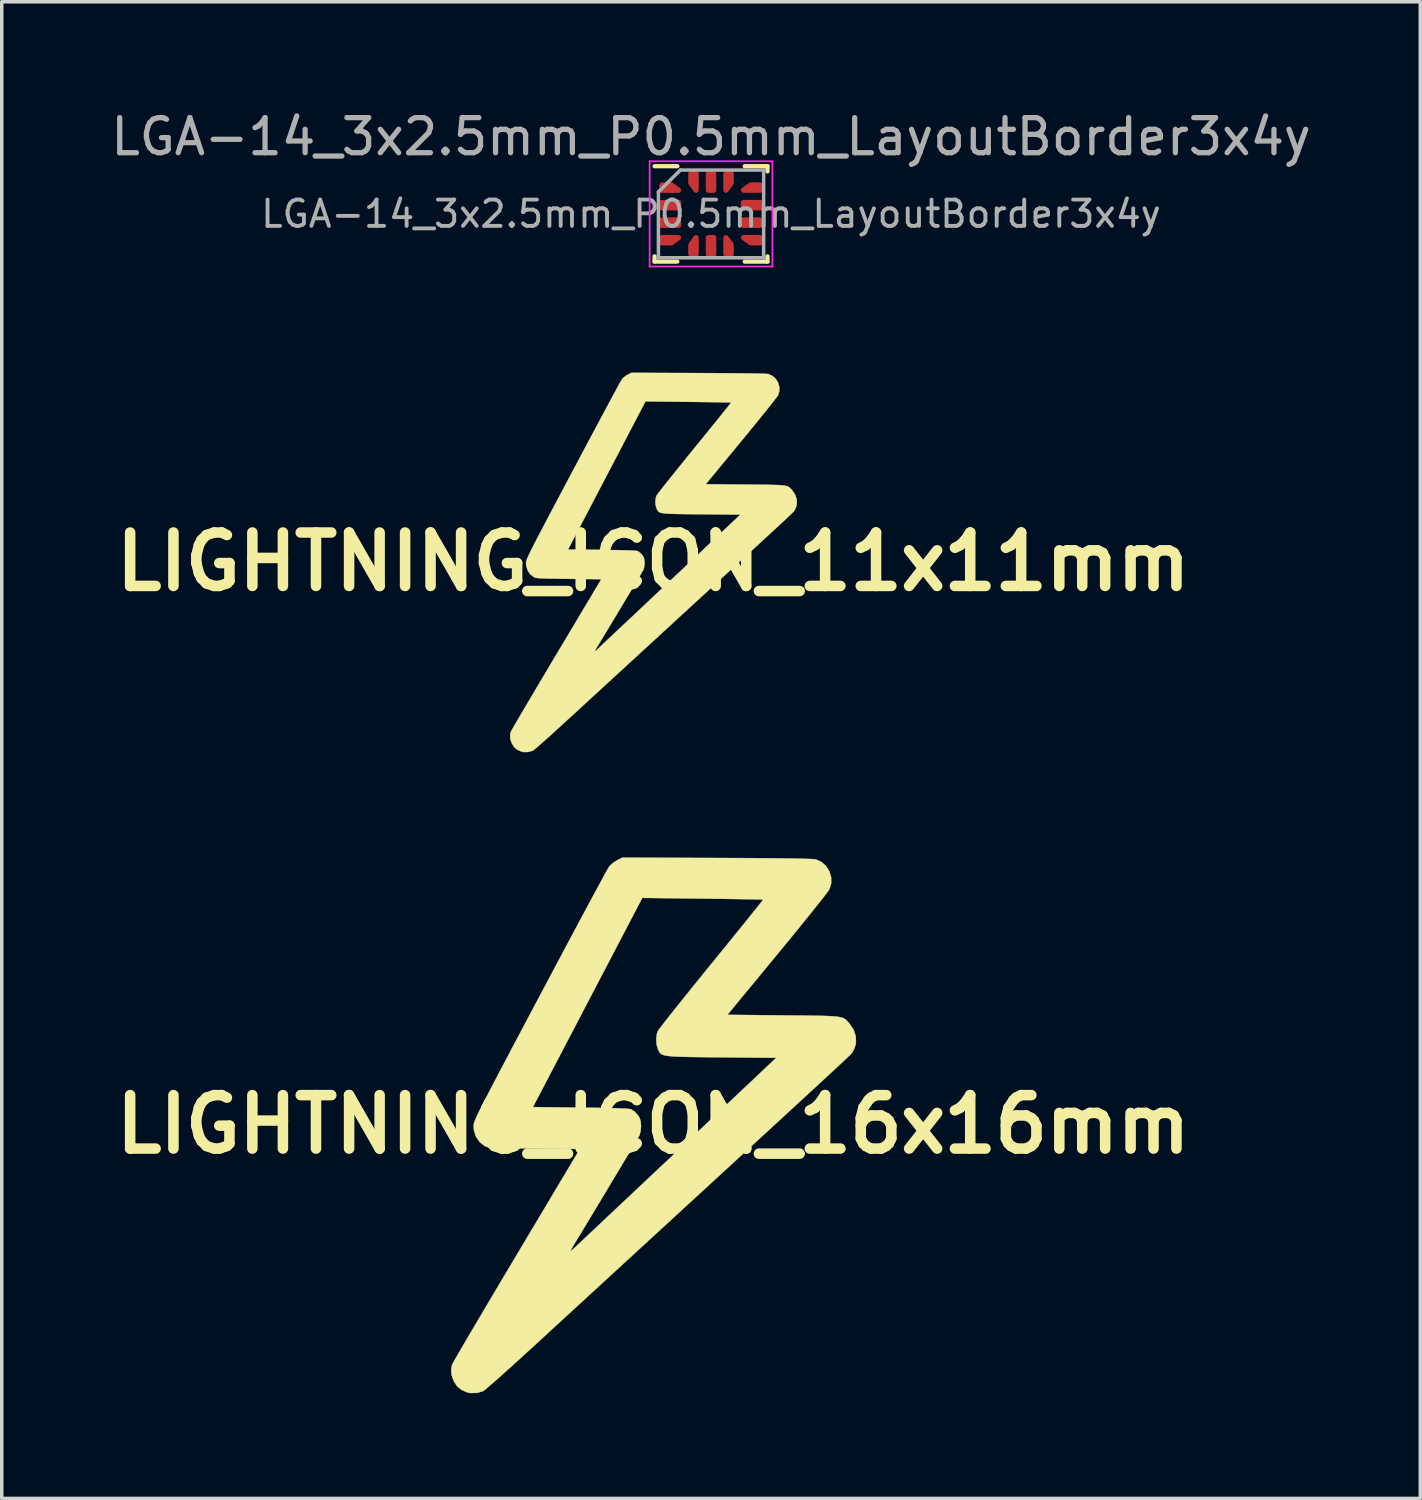
<source format=kicad_pcb>
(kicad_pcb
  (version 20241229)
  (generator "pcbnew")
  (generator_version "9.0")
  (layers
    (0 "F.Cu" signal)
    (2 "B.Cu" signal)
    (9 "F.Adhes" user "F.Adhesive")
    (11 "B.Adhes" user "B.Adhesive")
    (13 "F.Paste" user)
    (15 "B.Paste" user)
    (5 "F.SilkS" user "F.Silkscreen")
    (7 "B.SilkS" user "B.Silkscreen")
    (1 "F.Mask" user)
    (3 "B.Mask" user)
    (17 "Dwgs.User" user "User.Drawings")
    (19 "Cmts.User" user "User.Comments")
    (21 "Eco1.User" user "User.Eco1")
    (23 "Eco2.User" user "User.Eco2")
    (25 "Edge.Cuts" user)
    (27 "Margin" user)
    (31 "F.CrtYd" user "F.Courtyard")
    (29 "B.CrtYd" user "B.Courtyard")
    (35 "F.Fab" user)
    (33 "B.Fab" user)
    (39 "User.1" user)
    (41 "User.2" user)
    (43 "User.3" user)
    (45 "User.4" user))
  (footprint "LGA-14_3x2.5mm_P0.5mm_LayoutBorder3x4y"
    (layer "F.Cu")
    (at 17.22 3.048)
    (property "Reference" "LGA-14_3x2.5mm_P0.5mm_LayoutBorder3x4y" (at 0 -2.2 0) (layer "F.Fab") (effects (font (size 1 1) (thickness 0.15))))
    (attr smd)
    (fp_line (start -1.61 1.36) (end -1.61 1.21) (stroke (width 0.12) (type solid)) (layer "F.SilkS"))
    (fp_line (start -0.96 -1.36) (end -1.61 -1.36) (stroke (width 0.12) (type solid)) (layer "F.SilkS"))
    (fp_line (start -0.96 1.36) (end -1.61 1.36) (stroke (width 0.12) (type solid)) (layer "F.SilkS"))
    (fp_line (start 0.96 -1.36) (end 1.61 -1.36) (stroke (width 0.12) (type solid)) (layer "F.SilkS"))
    (fp_line (start 0.96 1.36) (end 1.61 1.36) (stroke (width 0.12) (type solid)) (layer "F.SilkS"))
    (fp_line (start 1.61 -1.36) (end 1.61 -1.21) (stroke (width 0.12) (type solid)) (layer "F.SilkS"))
    (fp_line (start 1.61 1.36) (end 1.61 1.21) (stroke (width 0.12) (type solid)) (layer "F.SilkS"))
    (fp_line (start -1.75 -1.5) (end -1.75 1.5) (stroke (width 0.05) (type solid)) (layer "F.CrtYd"))
    (fp_line (start -1.75 1.5) (end 1.75 1.5) (stroke (width 0.05) (type solid)) (layer "F.CrtYd"))
    (fp_line (start 1.75 -1.5) (end -1.75 -1.5) (stroke (width 0.05) (type solid)) (layer "F.CrtYd"))
    (fp_line (start 1.75 1.5) (end 1.75 -1.5) (stroke (width 0.05) (type solid)) (layer "F.CrtYd"))
    (fp_line (start -1.5 -0.625) (end -0.875 -1.25) (stroke (width 0.1) (type solid)) (layer "F.Fab"))
    (fp_line (start -1.5 1.25) (end -1.5 -0.625) (stroke (width 0.1) (type solid)) (layer "F.Fab"))
    (fp_line (start -0.875 -1.25) (end 1.5 -1.25) (stroke (width 0.1) (type solid)) (layer "F.Fab"))
    (fp_line (start 1.5 -1.25) (end 1.5 1.25) (stroke (width 0.1) (type solid)) (layer "F.Fab"))
    (fp_line (start 1.5 1.25) (end -1.5 1.25) (stroke (width 0.1) (type solid)) (layer "F.Fab"))
    (fp_text user "${REFERENCE}" (at 0 0 0) (layer "F.Fab") (effects (font (size 0.75 0.75) (thickness 0.11))))
    (pad "1" smd custom (at -1.163 -0.75) (size 0.223 0.223) (layers "F.Cu" "F.Mask" "F.Paste") (options (anchor circle)) (primitives (gr_poly (pts (xy -0.237 -0.075) (xy 0.031 -0.075) (xy 0.237 0.075) (xy -0.237 0.075)) (width 0.15) (fill yes))))
    (pad "2" smd roundrect (at -1.163 -0.25) (size 0.625 0.3) (layers "F.Cu" "F.Mask" "F.Paste") (roundrect_rratio 0.25))
    (pad "3" smd roundrect (at -1.163 0.25) (size 0.625 0.3) (layers "F.Cu" "F.Mask" "F.Paste") (roundrect_rratio 0.25))
    (pad "4" smd custom (at -1.163 0.75) (size 0.223 0.223) (layers "F.Cu" "F.Mask" "F.Paste") (options (anchor circle)) (primitives (gr_poly (pts (xy -0.237 -0.075) (xy 0.237 -0.075) (xy 0.031 0.075) (xy -0.237 0.075)) (width 0.15) (fill yes))))
    (pad "5" smd custom (at -0.5 0.912) (size 0.223 0.223) (layers "F.Cu" "F.Mask" "F.Paste") (options (anchor circle)) (primitives (gr_poly (pts (xy -0.075 -0.031) (xy 0.075 -0.237) (xy 0.075 0.237) (xy -0.075 0.237)) (width 0.15) (fill yes))))
    (pad "6" smd roundrect (at 0 0.912) (size 0.3 0.625) (layers "F.Cu" "F.Mask" "F.Paste") (roundrect_rratio 0.25))
    (pad "7" smd custom (at 0.5 0.912) (size 0.223 0.223) (layers "F.Cu" "F.Mask" "F.Paste") (options (anchor circle)) (primitives (gr_poly (pts (xy -0.075 -0.237) (xy 0.075 -0.031) (xy 0.075 0.237) (xy -0.075 0.237)) (width 0.15) (fill yes))))
    (pad "8" smd custom (at 1.163 0.75) (size 0.223 0.223) (layers "F.Cu" "F.Mask" "F.Paste") (options (anchor circle)) (primitives (gr_poly (pts (xy -0.237 -0.075) (xy 0.237 -0.075) (xy 0.237 0.075) (xy -0.031 0.075) (xy -0.237 -0.074)) (width 0.15) (fill yes))))
    (pad "9" smd roundrect (at 1.163 0.25) (size 0.625 0.3) (layers "F.Cu" "F.Mask" "F.Paste") (roundrect_rratio 0.25))
    (pad "10" smd roundrect (at 1.163 -0.25) (size 0.625 0.3) (layers "F.Cu" "F.Mask" "F.Paste") (roundrect_rratio 0.25))
    (pad "11" smd custom (at 1.163 -0.75) (size 0.223 0.223) (layers "F.Cu" "F.Mask" "F.Paste") (options (anchor circle)) (primitives (gr_poly (pts (xy -0.237 0.074) (xy -0.031 -0.075) (xy 0.237 -0.075) (xy 0.237 0.075) (xy -0.237 0.075)) (width 0.15) (fill yes))))
    (pad "12" smd custom (at 0.5 -0.912) (size 0.223 0.223) (layers "F.Cu" "F.Mask" "F.Paste") (options (anchor circle)) (primitives (gr_poly (pts (xy -0.075 -0.237) (xy 0.075 -0.237) (xy 0.075 0.031) (xy -0.075 0.237)) (width 0.15) (fill yes))))
    (pad "13" smd roundrect (at 0 -0.912) (size 0.3 0.625) (layers "F.Cu" "F.Mask" "F.Paste") (roundrect_rratio 0.25))
    (pad "14" smd custom (at -0.5 -0.912) (size 0.223 0.223) (layers "F.Cu" "F.Mask" "F.Paste") (options (anchor circle)) (primitives (gr_poly (pts (xy -0.075 -0.237) (xy 0.075 -0.237) (xy 0.075 0.237) (xy -0.075 0.031)) (width 0.15) (fill yes)))))
  (footprint "LIGHTNING_ICON_16x16mm"
    (layer "F.Cu")
    (at 15.574 29.004)
    (property "Reference" "LIGHTNING_ICON_16x16mm" (at 0 0 0) (layer "F.SilkS") (effects (font (size 1.524 1.524) (thickness 0.3))))
    (attr through_hole)
    (fp_poly (pts (xy 1.823 -7.595) (xy 2.373 -7.593) (xy 2.864 -7.59) (xy 3.295 -7.587) (xy 3.666 -7.583) (xy 3.978 -7.579) (xy 4.23 -7.574) (xy 4.422 -7.568) (xy 4.554 -7.562) (xy 4.627 -7.556) (xy 4.638 -7.554) (xy 4.8 -7.478) (xy 4.929 -7.36) (xy 5.021 -7.212) (xy 5.07 -7.045) (xy 5.071 -6.869) (xy 5.024 -6.709) (xy 4.997 -6.667) (xy 4.934 -6.582) (xy 4.84 -6.46) (xy 4.716 -6.303) (xy 4.567 -6.116) (xy 4.395 -5.902) (xy 4.204 -5.666) (xy 3.996 -5.41) (xy 3.775 -5.14) (xy 3.543 -4.859) (xy 3.541 -4.856) (xy 2.112 -3.123) (xy 3.708 -3.108) (xy 4.069 -3.104) (xy 4.374 -3.102) (xy 4.63 -3.098) (xy 4.842 -3.094) (xy 5.013 -3.088) (xy 5.151 -3.08) (xy 5.258 -3.068) (xy 5.342 -3.053) (xy 5.406 -3.034) (xy 5.455 -3.01) (xy 5.495 -2.981) (xy 5.531 -2.945) (xy 5.568 -2.902) (xy 5.601 -2.863) (xy 5.712 -2.694) (xy 5.772 -2.513) (xy 5.778 -2.329) (xy 5.766 -2.268) (xy 5.729 -2.158) (xy 5.675 -2.057) (xy 5.652 -2.025) (xy 5.64 -2.012) (xy 5.622 -1.992) (xy 5.595 -1.965) (xy 5.558 -1.93) (xy 5.509 -1.883) (xy 5.447 -1.825) (xy 5.371 -1.754) (xy 5.279 -1.667) (xy 5.168 -1.565) (xy 5.038 -1.445) (xy 4.888 -1.305) (xy 4.714 -1.145) (xy 4.517 -0.963) (xy 4.293 -0.757) (xy 4.043 -0.526) (xy 3.763 -0.269) (xy 3.454 0.016) (xy 3.112 0.33) (xy 2.736 0.675) (xy 2.325 1.053) (xy 1.878 1.464) (xy 1.392 1.91) (xy 0.866 2.393) (xy 0.299 2.915) (xy -0.06 3.244) (xy -0.394 3.551) (xy -0.745 3.874) (xy -1.106 4.205) (xy -1.471 4.54) (xy -1.832 4.872) (xy -2.183 5.195) (xy -2.519 5.503) (xy -2.831 5.79) (xy -3.115 6.051) (xy -3.362 6.278) (xy -3.422 6.333) (xy -3.663 6.554) (xy -3.893 6.764) (xy -4.109 6.958) (xy -4.305 7.134) (xy -4.478 7.288) (xy -4.624 7.415) (xy -4.738 7.513) (xy -4.816 7.578) (xy -4.855 7.606) (xy -4.856 7.606) (xy -5.033 7.655) (xy -5.211 7.658) (xy -5.309 7.638) (xy -5.475 7.564) (xy -5.6 7.456) (xy -5.69 7.315) (xy -5.754 7.134) (xy -5.761 6.96) (xy -5.734 6.847) (xy -5.715 6.809) (xy -5.667 6.723) (xy -5.592 6.593) (xy -5.492 6.422) (xy -5.369 6.212) (xy -5.226 5.967) (xy -5.063 5.691) (xy -4.883 5.387) (xy -4.688 5.057) (xy -4.48 4.707) (xy -4.261 4.337) (xy -4.032 3.953) (xy -3.897 3.727) (xy -2.093 0.702) (xy -3.4 0.687) (xy -3.719 0.683) (xy -3.983 0.68) (xy -4.199 0.676) (xy -4.372 0.671) (xy -4.506 0.666) (xy -4.608 0.66) (xy -4.683 0.653) (xy -4.736 0.644) (xy -4.773 0.633) (xy -4.796 0.623) (xy -4.945 0.508) (xy -5.053 0.355) (xy -5.112 0.175) (xy -5.123 0.06) (xy -5.122 0.035) (xy -5.12 0.009) (xy -5.114 -0.021) (xy -5.103 -0.058) (xy -5.086 -0.106) (xy -5.061 -0.165) (xy -5.027 -0.241) (xy -4.983 -0.334) (xy -4.927 -0.448) (xy -4.904 -0.493) (xy -3.432 -0.493) (xy -2.067 -0.478) (xy -1.692 -0.473) (xy -1.375 -0.468) (xy -1.115 -0.462) (xy -0.912 -0.454) (xy -0.763 -0.447) (xy -0.668 -0.438) (xy -0.628 -0.429) (xy -0.524 -0.357) (xy -0.428 -0.247) (xy -0.387 -0.179) (xy -0.358 -0.078) (xy -0.35 0.053) (xy -0.361 0.19) (xy -0.393 0.306) (xy -0.403 0.328) (xy -0.426 0.369) (xy -0.477 0.456) (xy -0.553 0.583) (xy -0.648 0.744) (xy -0.762 0.934) (xy -0.889 1.147) (xy -1.027 1.378) (xy -1.173 1.621) (xy -1.322 1.869) (xy -1.472 2.119) (xy -1.619 2.363) (xy -1.76 2.597) (xy -1.891 2.815) (xy -2.009 3.011) (xy -2.112 3.18) (xy -2.194 3.316) (xy -2.236 3.385) (xy -2.295 3.482) (xy -2.338 3.559) (xy -2.36 3.603) (xy -2.361 3.607) (xy -2.342 3.601) (xy -2.292 3.561) (xy -2.249 3.522) (xy -2.211 3.487) (xy -2.133 3.413) (xy -2.018 3.305) (xy -1.869 3.165) (xy -1.689 2.995) (xy -1.482 2.8) (xy -1.25 2.581) (xy -0.997 2.343) (xy -0.725 2.088) (xy -0.439 1.818) (xy -0.141 1.537) (xy -0.03 1.433) (xy 0.288 1.133) (xy 0.608 0.833) (xy 0.923 0.536) (xy 1.231 0.246) (xy 1.527 -0.033) (xy 1.806 -0.295) (xy 2.063 -0.538) (xy 2.295 -0.756) (xy 2.497 -0.946) (xy 2.663 -1.104) (xy 2.791 -1.224) (xy 3.504 -1.898) (xy 1.939 -1.912) (xy 1.577 -1.916) (xy 1.271 -1.919) (xy 1.014 -1.923) (xy 0.803 -1.928) (xy 0.632 -1.934) (xy 0.497 -1.943) (xy 0.393 -1.955) (xy 0.314 -1.97) (xy 0.257 -1.989) (xy 0.217 -2.014) (xy 0.187 -2.043) (xy 0.165 -2.078) (xy 0.144 -2.12) (xy 0.134 -2.141) (xy 0.094 -2.279) (xy 0.084 -2.437) (xy 0.104 -2.588) (xy 0.13 -2.661) (xy 0.157 -2.7) (xy 0.218 -2.782) (xy 0.311 -2.902) (xy 0.433 -3.057) (xy 0.581 -3.244) (xy 0.752 -3.458) (xy 0.943 -3.695) (xy 1.15 -3.953) (xy 1.372 -4.227) (xy 1.604 -4.513) (xy 1.661 -4.582) (xy 1.893 -4.868) (xy 2.115 -5.14) (xy 2.321 -5.396) (xy 2.511 -5.63) (xy 2.681 -5.84) (xy 2.828 -6.023) (xy 2.949 -6.174) (xy 3.042 -6.291) (xy 3.104 -6.37) (xy 3.131 -6.406) (xy 3.132 -6.409) (xy 3.101 -6.411) (xy 3.016 -6.413) (xy 2.882 -6.416) (xy 2.704 -6.419) (xy 2.487 -6.422) (xy 2.237 -6.426) (xy 1.959 -6.43) (xy 1.659 -6.434) (xy 1.404 -6.437) (xy -0.314 -6.457) (xy -1.873 -3.475) (xy -3.432 -0.493) (xy -4.904 -0.493) (xy -4.857 -0.585) (xy -4.774 -0.749) (xy -4.674 -0.942) (xy -4.557 -1.167) (xy -4.421 -1.426) (xy -4.264 -1.722) (xy -4.087 -2.059) (xy -3.886 -2.438) (xy -3.661 -2.863) (xy -3.411 -3.335) (xy -3.23 -3.676) (xy -3.001 -4.107) (xy -2.779 -4.526) (xy -2.565 -4.928) (xy -2.361 -5.31) (xy -2.169 -5.669) (xy -1.991 -6.003) (xy -1.828 -6.307) (xy -1.681 -6.578) (xy -1.554 -6.814) (xy -1.447 -7.011) (xy -1.362 -7.167) (xy -1.3 -7.277) (xy -1.265 -7.339) (xy -1.257 -7.351) (xy -1.182 -7.427) (xy -1.081 -7.501) (xy -1.029 -7.53) (xy -0.882 -7.605) (xy 1.823 -7.595)) (stroke (width 0.01) (type solid)) (fill yes) (layer "F.SilkS")))
  (footprint "LIGHTNING_ICON_11x11mm"
    (layer "F.Cu")
    (at 15.574 12.965)
    (property "Reference" "LIGHTNING_ICON_11x11mm" (at 0 0 0) (layer "F.SilkS") (effects (font (size 1.524 1.524) (thickness 0.3))))
    (attr through_hole)
    (fp_poly (pts (xy 1.291 -5.38) (xy 1.681 -5.378) (xy 2.029 -5.376) (xy 2.334 -5.374) (xy 2.597 -5.371) (xy 2.818 -5.368) (xy 2.996 -5.365) (xy 3.132 -5.361) (xy 3.226 -5.357) (xy 3.277 -5.352) (xy 3.285 -5.351) (xy 3.4 -5.297) (xy 3.492 -5.214) (xy 3.557 -5.109) (xy 3.591 -4.99) (xy 3.592 -4.866) (xy 3.559 -4.752) (xy 3.539 -4.722) (xy 3.495 -4.663) (xy 3.428 -4.576) (xy 3.341 -4.465) (xy 3.235 -4.332) (xy 3.113 -4.181) (xy 2.978 -4.013) (xy 2.83 -3.832) (xy 2.674 -3.641) (xy 2.51 -3.442) (xy 2.508 -3.44) (xy 1.496 -2.212) (xy 2.627 -2.201) (xy 2.882 -2.199) (xy 3.098 -2.197) (xy 3.28 -2.195) (xy 3.429 -2.191) (xy 3.551 -2.187) (xy 3.648 -2.181) (xy 3.725 -2.173) (xy 3.784 -2.163) (xy 3.829 -2.149) (xy 3.864 -2.132) (xy 3.892 -2.111) (xy 3.918 -2.086) (xy 3.944 -2.056) (xy 3.967 -2.028) (xy 4.046 -1.908) (xy 4.089 -1.78) (xy 4.092 -1.65) (xy 4.085 -1.606) (xy 4.058 -1.529) (xy 4.02 -1.457) (xy 4.004 -1.434) (xy 3.995 -1.425) (xy 3.982 -1.411) (xy 3.963 -1.392) (xy 3.937 -1.367) (xy 3.902 -1.334) (xy 3.859 -1.293) (xy 3.805 -1.242) (xy 3.739 -1.181) (xy 3.661 -1.108) (xy 3.569 -1.023) (xy 3.462 -0.924) (xy 3.339 -0.811) (xy 3.199 -0.682) (xy 3.041 -0.536) (xy 2.864 -0.373) (xy 2.666 -0.191) (xy 2.446 0.011) (xy 2.204 0.234) (xy 1.938 0.478) (xy 1.647 0.746) (xy 1.33 1.037) (xy 0.986 1.353) (xy 0.613 1.695) (xy 0.212 2.065) (xy -0.042 2.298) (xy -0.279 2.515) (xy -0.528 2.744) (xy -0.784 2.979) (xy -1.042 3.216) (xy -1.298 3.451) (xy -1.547 3.68) (xy -1.784 3.898) (xy -2.006 4.101) (xy -2.206 4.286) (xy -2.382 4.447) (xy -2.424 4.486) (xy -2.595 4.642) (xy -2.758 4.791) (xy -2.91 4.929) (xy -3.049 5.053) (xy -3.172 5.162) (xy -3.275 5.252) (xy -3.356 5.322) (xy -3.412 5.368) (xy -3.439 5.387) (xy -3.44 5.387) (xy -3.565 5.422) (xy -3.691 5.425) (xy -3.76 5.41) (xy -3.878 5.358) (xy -3.966 5.281) (xy -4.03 5.182) (xy -4.076 5.053) (xy -4.081 4.93) (xy -4.062 4.85) (xy -4.048 4.823) (xy -4.014 4.762) (xy -3.961 4.67) (xy -3.89 4.549) (xy -3.803 4.4) (xy -3.702 4.227) (xy -3.586 4.031) (xy -3.459 3.816) (xy -3.321 3.582) (xy -3.173 3.334) (xy -3.018 3.072) (xy -2.856 2.8) (xy -2.76 2.64) (xy -1.482 0.497) (xy -2.408 0.487) (xy -2.634 0.484) (xy -2.822 0.481) (xy -2.974 0.479) (xy -3.096 0.475) (xy -3.192 0.472) (xy -3.264 0.467) (xy -3.317 0.462) (xy -3.355 0.456) (xy -3.381 0.449) (xy -3.397 0.441) (xy -3.503 0.36) (xy -3.579 0.252) (xy -3.621 0.124) (xy -3.629 0.042) (xy -3.628 0.025) (xy -3.626 0.007) (xy -3.622 -0.015) (xy -3.614 -0.041) (xy -3.602 -0.075) (xy -3.585 -0.117) (xy -3.561 -0.17) (xy -3.529 -0.236) (xy -3.49 -0.317) (xy -3.474 -0.349) (xy -2.431 -0.349) (xy -1.464 -0.339) (xy -1.198 -0.335) (xy -0.974 -0.331) (xy -0.79 -0.327) (xy -0.646 -0.322) (xy -0.54 -0.316) (xy -0.473 -0.31) (xy -0.445 -0.304) (xy -0.371 -0.253) (xy -0.303 -0.175) (xy -0.274 -0.127) (xy -0.254 -0.055) (xy -0.248 0.038) (xy -0.256 0.134) (xy -0.278 0.217) (xy -0.285 0.232) (xy -0.302 0.262) (xy -0.338 0.323) (xy -0.391 0.413) (xy -0.459 0.527) (xy -0.54 0.662) (xy -0.63 0.813) (xy -0.728 0.976) (xy -0.831 1.148) (xy -0.936 1.324) (xy -1.042 1.501) (xy -1.147 1.674) (xy -1.246 1.84) (xy -1.339 1.994) (xy -1.423 2.133) (xy -1.496 2.252) (xy -1.554 2.349) (xy -1.584 2.397) (xy -1.625 2.466) (xy -1.656 2.521) (xy -1.671 2.552) (xy -1.672 2.555) (xy -1.659 2.55) (xy -1.624 2.523) (xy -1.593 2.495) (xy -1.566 2.47) (xy -1.511 2.418) (xy -1.43 2.341) (xy -1.324 2.242) (xy -1.197 2.122) (xy -1.05 1.983) (xy -0.885 1.829) (xy -0.706 1.66) (xy -0.514 1.479) (xy -0.311 1.288) (xy -0.1 1.089) (xy -0.021 1.015) (xy 0.204 0.803) (xy 0.43 0.59) (xy 0.654 0.379) (xy 0.872 0.174) (xy 1.082 -0.023) (xy 1.279 -0.209) (xy 1.461 -0.381) (xy 1.626 -0.536) (xy 1.768 -0.67) (xy 1.887 -0.782) (xy 1.977 -0.867) (xy 2.482 -1.344) (xy 1.373 -1.355) (xy 1.117 -1.357) (xy 0.9 -1.359) (xy 0.718 -1.362) (xy 0.569 -1.366) (xy 0.448 -1.37) (xy 0.352 -1.376) (xy 0.278 -1.385) (xy 0.223 -1.395) (xy 0.182 -1.409) (xy 0.153 -1.426) (xy 0.133 -1.447) (xy 0.117 -1.472) (xy 0.102 -1.502) (xy 0.095 -1.517) (xy 0.066 -1.614) (xy 0.059 -1.726) (xy 0.074 -1.833) (xy 0.092 -1.885) (xy 0.111 -1.913) (xy 0.154 -1.97) (xy 0.22 -2.056) (xy 0.307 -2.166) (xy 0.412 -2.298) (xy 0.533 -2.449) (xy 0.668 -2.618) (xy 0.815 -2.8) (xy 0.972 -2.994) (xy 1.136 -3.196) (xy 1.176 -3.246) (xy 1.341 -3.448) (xy 1.498 -3.641) (xy 1.644 -3.822) (xy 1.779 -3.988) (xy 1.899 -4.137) (xy 2.003 -4.266) (xy 2.089 -4.374) (xy 2.155 -4.456) (xy 2.198 -4.512) (xy 2.218 -4.538) (xy 2.219 -4.54) (xy 2.197 -4.541) (xy 2.137 -4.542) (xy 2.041 -4.544) (xy 1.915 -4.547) (xy 1.762 -4.549) (xy 1.585 -4.552) (xy 1.388 -4.554) (xy 1.175 -4.557) (xy 0.995 -4.559) (xy -0.222 -4.573) (xy -1.327 -2.461) (xy -2.431 -0.349) (xy -3.474 -0.349) (xy -3.441 -0.415) (xy -3.381 -0.531) (xy -3.311 -0.667) (xy -3.228 -0.826) (xy -3.131 -1.01) (xy -3.021 -1.22) (xy -2.895 -1.458) (xy -2.753 -1.727) (xy -2.593 -2.028) (xy -2.416 -2.363) (xy -2.288 -2.603) (xy -2.126 -2.909) (xy -1.968 -3.206) (xy -1.817 -3.491) (xy -1.672 -3.761) (xy -1.536 -4.016) (xy -1.41 -4.252) (xy -1.295 -4.467) (xy -1.191 -4.66) (xy -1.101 -4.827) (xy -1.025 -4.966) (xy -0.965 -5.077) (xy -0.921 -5.155) (xy -0.896 -5.199) (xy -0.89 -5.207) (xy -0.837 -5.261) (xy -0.766 -5.313) (xy -0.729 -5.334) (xy -0.624 -5.387) (xy 1.291 -5.38)) (stroke (width 0.01) (type solid)) (fill yes) (layer "F.SilkS")))
  (gr_rect
    (start -3 -3)
    (end 37.44 39.667)
    (stroke (width 0.1) (type default))
    (fill no)
    (layer "Edge.Cuts")))
</source>
